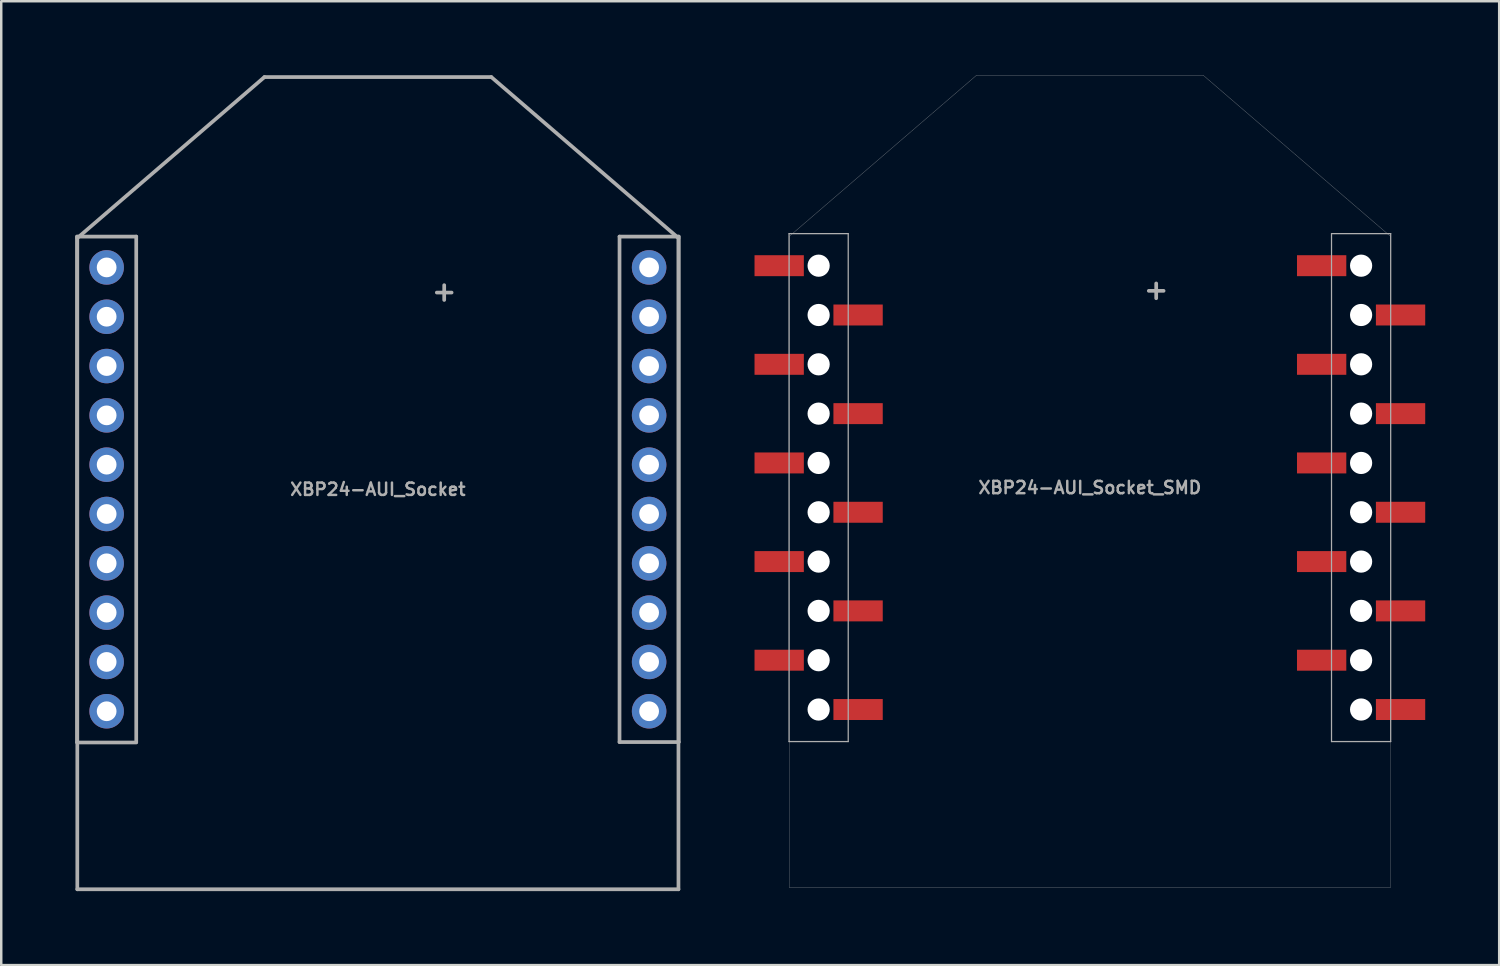
<source format=kicad_pcb>
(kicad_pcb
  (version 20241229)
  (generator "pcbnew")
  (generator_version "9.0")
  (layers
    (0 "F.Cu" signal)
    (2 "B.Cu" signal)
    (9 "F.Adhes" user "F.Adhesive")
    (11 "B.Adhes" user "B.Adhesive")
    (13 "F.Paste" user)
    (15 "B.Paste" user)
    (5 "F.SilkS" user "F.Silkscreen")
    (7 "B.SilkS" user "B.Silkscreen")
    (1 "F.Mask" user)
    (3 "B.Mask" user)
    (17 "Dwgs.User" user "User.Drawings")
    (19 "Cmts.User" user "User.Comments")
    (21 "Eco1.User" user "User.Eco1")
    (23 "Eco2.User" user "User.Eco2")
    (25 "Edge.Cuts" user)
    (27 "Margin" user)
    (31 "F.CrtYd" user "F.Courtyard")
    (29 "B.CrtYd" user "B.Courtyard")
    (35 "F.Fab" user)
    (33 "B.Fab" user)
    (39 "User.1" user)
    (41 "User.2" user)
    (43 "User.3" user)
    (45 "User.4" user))
  (footprint "XBP24-AUI_Socket_SMD"
    (layer "F.Cu")
    (at 41.15 16.725)
    (property "Reference" "XBP24-AUI_Socket_SMD" (at 0 0 0) (layer "F.Fab") (effects (font (size 0.5 0.5) (thickness 0.1))))
    (attr through_hole)
    (fp_line (start -12.2 -10.3) (end -12.2 10.3) (stroke (width 0.05) (type solid)) (layer "F.Fab"))
    (fp_line (start -12.2 -10.3) (end -9.8 -10.3) (stroke (width 0.05) (type solid)) (layer "F.Fab"))
    (fp_line (start -12.2 10.3) (end -9.8 10.3) (stroke (width 0.05) (type solid)) (layer "F.Fab"))
    (fp_line (start -12.19 -10.19) (end -12.19 16.22) (stroke (width 0.01) (type solid)) (layer "F.Fab"))
    (fp_line (start -12.19 16.22) (end 12.19 16.22) (stroke (width 0.01) (type solid)) (layer "F.Fab"))
    (fp_line (start -9.8 10.3) (end -9.8 -10.3) (stroke (width 0.05) (type solid)) (layer "F.Fab"))
    (fp_line (start -4.6 -16.72) (end -12.19 -10.19) (stroke (width 0.01) (type solid)) (layer "F.Fab"))
    (fp_line (start 2.69 -7.68) (end 2.69 -8.28) (stroke (width 0.15) (type solid)) (layer "F.Fab"))
    (fp_line (start 2.99 -7.98) (end 2.39 -7.98) (stroke (width 0.15) (type solid)) (layer "F.Fab"))
    (fp_line (start 4.6 -16.72) (end -4.6 -16.72) (stroke (width 0.01) (type solid)) (layer "F.Fab"))
    (fp_line (start 9.8 -10.3) (end 9.8 10.3) (stroke (width 0.05) (type solid)) (layer "F.Fab"))
    (fp_line (start 9.8 -10.3) (end 12.2 -10.3) (stroke (width 0.05) (type solid)) (layer "F.Fab"))
    (fp_line (start 9.8 10.3) (end 12.2 10.3) (stroke (width 0.05) (type solid)) (layer "F.Fab"))
    (fp_line (start 12.19 -10.19) (end 4.6 -16.72) (stroke (width 0.01) (type solid)) (layer "F.Fab"))
    (fp_line (start 12.19 16.22) (end 12.19 -10.19) (stroke (width 0.01) (type solid)) (layer "F.Fab"))
    (fp_line (start 12.2 10.3) (end 12.2 -10.3) (stroke (width 0.05) (type solid)) (layer "F.Fab"))
    (pad "" np_thru_hole circle (at -11 -9) (size 0.9 0.9) (drill 0.9) (layers "*.Cu" "*.Mask"))
    (pad "" np_thru_hole circle (at -11 -7) (size 0.9 0.9) (drill 0.9) (layers "*.Cu" "*.Mask"))
    (pad "" np_thru_hole circle (at -11 -5) (size 0.9 0.9) (drill 0.9) (layers "*.Cu" "*.Mask"))
    (pad "" np_thru_hole circle (at -11 -3) (size 0.9 0.9) (drill 0.9) (layers "*.Cu" "*.Mask"))
    (pad "" np_thru_hole circle (at -11 -1) (size 0.9 0.9) (drill 0.9) (layers "*.Cu" "*.Mask"))
    (pad "" np_thru_hole circle (at -11 1) (size 0.9 0.9) (drill 0.9) (layers "*.Cu" "*.Mask"))
    (pad "" np_thru_hole circle (at -11 3) (size 0.9 0.9) (drill 0.9) (layers "*.Cu" "*.Mask"))
    (pad "" np_thru_hole circle (at -11 5) (size 0.9 0.9) (drill 0.9) (layers "*.Cu" "*.Mask"))
    (pad "" np_thru_hole circle (at -11 7) (size 0.9 0.9) (drill 0.9) (layers "*.Cu" "*.Mask"))
    (pad "" np_thru_hole circle (at -11 9) (size 0.9 0.9) (drill 0.9) (layers "*.Cu" "*.Mask"))
    (pad "" np_thru_hole circle (at 11 -9) (size 0.9 0.9) (drill 0.9) (layers "*.Cu" "*.Mask"))
    (pad "" np_thru_hole circle (at 11 -7) (size 0.9 0.9) (drill 0.9) (layers "*.Cu" "*.Mask"))
    (pad "" np_thru_hole circle (at 11 -5) (size 0.9 0.9) (drill 0.9) (layers "*.Cu" "*.Mask"))
    (pad "" np_thru_hole circle (at 11 -3) (size 0.9 0.9) (drill 0.9) (layers "*.Cu" "*.Mask"))
    (pad "" np_thru_hole circle (at 11 -1) (size 0.9 0.9) (drill 0.9) (layers "*.Cu" "*.Mask"))
    (pad "" np_thru_hole circle (at 11 1) (size 0.9 0.9) (drill 0.9) (layers "*.Cu" "*.Mask"))
    (pad "" np_thru_hole circle (at 11 3) (size 0.9 0.9) (drill 0.9) (layers "*.Cu" "*.Mask"))
    (pad "" np_thru_hole circle (at 11 5) (size 0.9 0.9) (drill 0.9) (layers "*.Cu" "*.Mask"))
    (pad "" np_thru_hole circle (at 11 7) (size 0.9 0.9) (drill 0.9) (layers "*.Cu" "*.Mask"))
    (pad "" np_thru_hole circle (at 11 9) (size 0.9 0.9) (drill 0.9) (layers "*.Cu" "*.Mask"))
    (pad "1" smd rect (at -12.6 -9) (size 2 0.85) (layers "F.Cu" "F.Mask" "F.Paste"))
    (pad "2" smd rect (at -9.4 -7) (size 2 0.85) (layers "F.Cu" "F.Mask" "F.Paste"))
    (pad "3" smd rect (at -12.6 -5) (size 2 0.85) (layers "F.Cu" "F.Mask" "F.Paste"))
    (pad "4" smd rect (at -9.4 -3) (size 2 0.85) (layers "F.Cu" "F.Mask" "F.Paste"))
    (pad "5" smd rect (at -12.6 -1) (size 2 0.85) (layers "F.Cu" "F.Mask" "F.Paste"))
    (pad "6" smd rect (at -9.4 1) (size 2 0.85) (layers "F.Cu" "F.Mask" "F.Paste"))
    (pad "7" smd rect (at -12.6 3) (size 2 0.85) (layers "F.Cu" "F.Mask" "F.Paste"))
    (pad "8" smd rect (at -9.4 5) (size 2 0.85) (layers "F.Cu" "F.Mask" "F.Paste"))
    (pad "9" smd rect (at -12.6 7) (size 2 0.85) (layers "F.Cu" "F.Mask" "F.Paste"))
    (pad "10" smd rect (at -9.4 9) (size 2 0.85) (layers "F.Cu" "F.Mask" "F.Paste"))
    (pad "11" smd rect (at 12.6 9) (size 2 0.85) (layers "F.Cu" "F.Mask" "F.Paste"))
    (pad "12" smd rect (at 9.4 7) (size 2 0.85) (layers "F.Cu" "F.Mask" "F.Paste"))
    (pad "13" smd rect (at 12.6 5) (size 2 0.85) (layers "F.Cu" "F.Mask" "F.Paste"))
    (pad "14" smd rect (at 9.4 3) (size 2 0.85) (layers "F.Cu" "F.Mask" "F.Paste"))
    (pad "15" smd rect (at 12.6 1) (size 2 0.85) (layers "F.Cu" "F.Mask" "F.Paste"))
    (pad "16" smd rect (at 9.4 -1) (size 2 0.85) (layers "F.Cu" "F.Mask" "F.Paste"))
    (pad "17" smd rect (at 12.6 -3) (size 2 0.85) (layers "F.Cu" "F.Mask" "F.Paste"))
    (pad "18" smd rect (at 9.4 -5) (size 2 0.85) (layers "F.Cu" "F.Mask" "F.Paste"))
    (pad "19" smd rect (at 12.6 -7) (size 2 0.85) (layers "F.Cu" "F.Mask" "F.Paste"))
    (pad "20" smd rect (at 9.4 -9) (size 2 0.85) (layers "F.Cu" "F.Mask" "F.Paste")))
  (footprint "XBP24-AUI_Socket"
    (layer "F.Cu")
    (at 12.275 16.795)
    (property "Reference" "XBP24-AUI_Socket" (at 0 0 0) (layer "F.Fab") (effects (font (size 0.5 0.5) (thickness 0.1))))
    (attr through_hole)
    (fp_line (start -12.2 -10.25) (end -12.2 10.25) (stroke (width 0.15) (type solid)) (layer "F.Fab"))
    (fp_line (start -12.2 -10.25) (end -9.8 -10.25) (stroke (width 0.15) (type solid)) (layer "F.Fab"))
    (fp_line (start -12.2 10.267) (end -9.8 10.267) (stroke (width 0.15) (type solid)) (layer "F.Fab"))
    (fp_line (start -12.19 -10.19) (end -12.19 16.22) (stroke (width 0.15) (type solid)) (layer "F.Fab"))
    (fp_line (start -12.19 16.22) (end 12.19 16.22) (stroke (width 0.15) (type solid)) (layer "F.Fab"))
    (fp_line (start -9.8 10.25) (end -9.8 -10.25) (stroke (width 0.15) (type solid)) (layer "F.Fab"))
    (fp_line (start -4.6 -16.72) (end -12.19 -10.19) (stroke (width 0.15) (type solid)) (layer "F.Fab"))
    (fp_line (start 2.69 -7.68) (end 2.69 -8.28) (stroke (width 0.15) (type solid)) (layer "F.Fab"))
    (fp_line (start 2.99 -7.98) (end 2.39 -7.98) (stroke (width 0.15) (type solid)) (layer "F.Fab"))
    (fp_line (start 4.6 -16.72) (end -4.6 -16.72) (stroke (width 0.15) (type solid)) (layer "F.Fab"))
    (fp_line (start 9.8 -10.25) (end 9.8 10.25) (stroke (width 0.15) (type solid)) (layer "F.Fab"))
    (fp_line (start 9.8 -10.25) (end 12.2 -10.25) (stroke (width 0.15) (type solid)) (layer "F.Fab"))
    (fp_line (start 9.8 10.25) (end 12.2 10.25) (stroke (width 0.15) (type solid)) (layer "F.Fab"))
    (fp_line (start 12.19 -10.19) (end 4.6 -16.72) (stroke (width 0.15) (type solid)) (layer "F.Fab"))
    (fp_line (start 12.19 16.22) (end 12.19 -10.19) (stroke (width 0.15) (type solid)) (layer "F.Fab"))
    (fp_line (start 12.2 10.25) (end 12.2 -10.25) (stroke (width 0.15) (type solid)) (layer "F.Fab"))
    (pad "1" thru_hole circle (at -11 -9) (size 1.4 1.4) (drill 0.8) (layers "*.Cu" "*.Mask"))
    (pad "2" thru_hole circle (at -11 -7) (size 1.4 1.4) (drill 0.8) (layers "*.Cu" "*.Mask"))
    (pad "3" thru_hole circle (at -11 -5) (size 1.4 1.4) (drill 0.8) (layers "*.Cu" "*.Mask"))
    (pad "4" thru_hole circle (at -11 -3) (size 1.4 1.4) (drill 0.8) (layers "*.Cu" "*.Mask"))
    (pad "5" thru_hole circle (at -11 -1) (size 1.4 1.4) (drill 0.8) (layers "*.Cu" "*.Mask"))
    (pad "6" thru_hole circle (at -11 1) (size 1.4 1.4) (drill 0.8) (layers "*.Cu" "*.Mask"))
    (pad "7" thru_hole circle (at -11 3) (size 1.4 1.4) (drill 0.8) (layers "*.Cu" "*.Mask"))
    (pad "8" thru_hole circle (at -11 5) (size 1.4 1.4) (drill 0.8) (layers "*.Cu" "*.Mask"))
    (pad "9" thru_hole circle (at -11 7) (size 1.4 1.4) (drill 0.8) (layers "*.Cu" "*.Mask"))
    (pad "10" thru_hole circle (at -11 9) (size 1.4 1.4) (drill 0.8) (layers "*.Cu" "*.Mask"))
    (pad "11" thru_hole circle (at 11 9) (size 1.4 1.4) (drill 0.8) (layers "*.Cu" "*.Mask"))
    (pad "12" thru_hole circle (at 11 7) (size 1.4 1.4) (drill 0.8) (layers "*.Cu" "*.Mask"))
    (pad "13" thru_hole circle (at 11 5) (size 1.4 1.4) (drill 0.8) (layers "*.Cu" "*.Mask"))
    (pad "14" thru_hole circle (at 11 3) (size 1.4 1.4) (drill 0.8) (layers "*.Cu" "*.Mask"))
    (pad "15" thru_hole circle (at 11 1) (size 1.4 1.4) (drill 0.8) (layers "*.Cu" "*.Mask"))
    (pad "16" thru_hole circle (at 11 -1) (size 1.4 1.4) (drill 0.8) (layers "*.Cu" "*.Mask"))
    (pad "17" thru_hole circle (at 11 -3) (size 1.4 1.4) (drill 0.8) (layers "*.Cu" "*.Mask"))
    (pad "18" thru_hole circle (at 11 -5) (size 1.4 1.4) (drill 0.8) (layers "*.Cu" "*.Mask"))
    (pad "19" thru_hole circle (at 11 -7) (size 1.4 1.4) (drill 0.8) (layers "*.Cu" "*.Mask"))
    (pad "20" thru_hole circle (at 11 -9) (size 1.4 1.4) (drill 0.8) (layers "*.Cu" "*.Mask")))
  (gr_rect
    (start -3 -3)
    (end 57.75 36.09)
    (stroke (width 0.1) (type default))
    (fill no)
    (layer "Edge.Cuts")))
</source>
